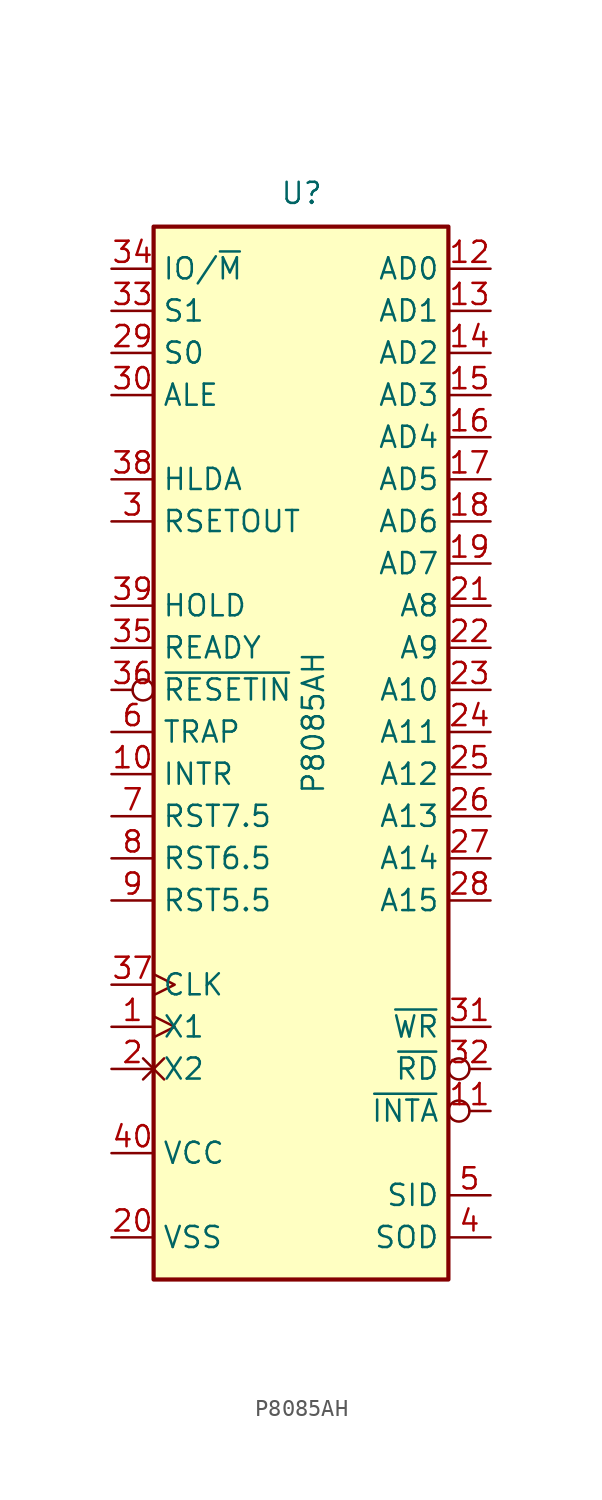
<source format=kicad_sym>
(kicad_symbol_lib
  (version 20231120)
  (generator "kicad_symbol_editor")
  (generator_version "8.0")
  (symbol "P8085AH"
    (property "Reference" "U"
      (at -1.27 31.75 0)
      (effects (font (size 1.27 1.27)) (justify left bottom)))
    (property "Value" "P8085AH"
      (at 0 -3.81 90)
      (effects (font (size 1.27 1.27)) (justify left top)))
    (symbol "P8085AH_0_1"
      (rectangle (start -8.89 -33.02) (end 8.89 30.48) (stroke (width 0.254) (type default)) (fill (type background))))
    (symbol "P8085AH_1_1"
      (pin input clock (at -11.43 -17.78 0) (length 2.54) (name "X1" (effects (font (size 1.27 1.27)))) (number "1" (effects (font (size 1.27 1.27)))))
      (pin input line (at -11.43 -2.54 0) (length 2.54) (name "INTR" (effects (font (size 1.27 1.27)))) (number "10" (effects (font (size 1.27 1.27)))))
      (pin output inverted (at 11.43 -22.86 180) (length 2.54) (name "~{INTA}" (effects (font (size 1.27 1.27)))) (number "11" (effects (font (size 1.27 1.27)))))
      (pin bidirectional line (at 11.43 27.94 180) (length 2.54) (name "AD0" (effects (font (size 1.27 1.27)))) (number "12" (effects (font (size 1.27 1.27)))))
      (pin bidirectional line (at 11.43 25.4 180) (length 2.54) (name "AD1" (effects (font (size 1.27 1.27)))) (number "13" (effects (font (size 1.27 1.27)))))
      (pin bidirectional line (at 11.43 22.86 180) (length 2.54) (name "AD2" (effects (font (size 1.27 1.27)))) (number "14" (effects (font (size 1.27 1.27)))))
      (pin bidirectional line (at 11.43 20.32 180) (length 2.54) (name "AD3" (effects (font (size 1.27 1.27)))) (number "15" (effects (font (size 1.27 1.27)))))
      (pin bidirectional line (at 11.43 17.78 180) (length 2.54) (name "AD4" (effects (font (size 1.27 1.27)))) (number "16" (effects (font (size 1.27 1.27)))))
      (pin bidirectional line (at 11.43 15.24 180) (length 2.54) (name "AD5" (effects (font (size 1.27 1.27)))) (number "17" (effects (font (size 1.27 1.27)))))
      (pin bidirectional line (at 11.43 12.7 180) (length 2.54) (name "AD6" (effects (font (size 1.27 1.27)))) (number "18" (effects (font (size 1.27 1.27)))))
      (pin bidirectional line (at 11.43 10.16 180) (length 2.54) (name "AD7" (effects (font (size 1.27 1.27)))) (number "19" (effects (font (size 1.27 1.27)))))
      (pin input non_logic (at -11.43 -20.32 0) (length 2.54) (name "X2" (effects (font (size 1.27 1.27)))) (number "2" (effects (font (size 1.27 1.27)))))
      (pin power_in line (at -11.43 -30.48 0) (length 2.54) (name "VSS" (effects (font (size 1.27 1.27)))) (number "20" (effects (font (size 1.27 1.27)))))
      (pin output line (at 11.43 7.62 180) (length 2.54) (name "A8" (effects (font (size 1.27 1.27)))) (number "21" (effects (font (size 1.27 1.27)))))
      (pin output line (at 11.43 5.08 180) (length 2.54) (name "A9" (effects (font (size 1.27 1.27)))) (number "22" (effects (font (size 1.27 1.27)))))
      (pin output line (at 11.43 2.54 180) (length 2.54) (name "A10" (effects (font (size 1.27 1.27)))) (number "23" (effects (font (size 1.27 1.27)))))
      (pin output line (at 11.43 0 180) (length 2.54) (name "A11" (effects (font (size 1.27 1.27)))) (number "24" (effects (font (size 1.27 1.27)))))
      (pin output line (at 11.43 -2.54 180) (length 2.54) (name "A12" (effects (font (size 1.27 1.27)))) (number "25" (effects (font (size 1.27 1.27)))))
      (pin output line (at 11.43 -5.08 180) (length 2.54) (name "A13" (effects (font (size 1.27 1.27)))) (number "26" (effects (font (size 1.27 1.27)))))
      (pin output line (at 11.43 -7.62 180) (length 2.54) (name "A14" (effects (font (size 1.27 1.27)))) (number "27" (effects (font (size 1.27 1.27)))))
      (pin output line (at 11.43 -10.16 180) (length 2.54) (name "A15" (effects (font (size 1.27 1.27)))) (number "28" (effects (font (size 1.27 1.27)))))
      (pin output line (at -11.43 22.86 0) (length 2.54) (name "S0" (effects (font (size 1.27 1.27)))) (number "29" (effects (font (size 1.27 1.27)))))
      (pin output line (at -11.43 12.7 0) (length 2.54) (name "RSETOUT" (effects (font (size 1.27 1.27)))) (number "3" (effects (font (size 1.27 1.27)))))
      (pin output line (at -11.43 20.32 0) (length 2.54) (name "ALE" (effects (font (size 1.27 1.27)))) (number "30" (effects (font (size 1.27 1.27)))))
      (pin output line (at 11.43 -17.78 180) (length 2.54) (name "~{WR}" (effects (font (size 1.27 1.27)))) (number "31" (effects (font (size 1.27 1.27)))))
      (pin output inverted (at 11.43 -20.32 180) (length 2.54) (name "~{RD}" (effects (font (size 1.27 1.27)))) (number "32" (effects (font (size 1.27 1.27)))))
      (pin output line (at -11.43 25.4 0) (length 2.54) (name "S1" (effects (font (size 1.27 1.27)))) (number "33" (effects (font (size 1.27 1.27)))))
      (pin output line (at -11.43 27.94 0) (length 2.54) (name "IO/~{M}" (effects (font (size 1.27 1.27)))) (number "34" (effects (font (size 1.27 1.27)))))
      (pin input line (at -11.43 5.08 0) (length 2.54) (name "READY" (effects (font (size 1.27 1.27)))) (number "35" (effects (font (size 1.27 1.27)))))
      (pin input inverted (at -11.43 2.54 0) (length 2.54) (name "~{RESETIN}" (effects (font (size 1.27 1.27)))) (number "36" (effects (font (size 1.27 1.27)))))
      (pin output clock (at -11.43 -15.24 0) (length 2.54) (name "CLK" (effects (font (size 1.27 1.27)))) (number "37" (effects (font (size 1.27 1.27)))))
      (pin output line (at -11.43 15.24 0) (length 2.54) (name "HLDA" (effects (font (size 1.27 1.27)))) (number "38" (effects (font (size 1.27 1.27)))))
      (pin input line (at -11.43 7.62 0) (length 2.54) (name "HOLD" (effects (font (size 1.27 1.27)))) (number "39" (effects (font (size 1.27 1.27)))))
      (pin output line (at 11.43 -30.48 180) (length 2.54) (name "SOD" (effects (font (size 1.27 1.27)))) (number "4" (effects (font (size 1.27 1.27)))))
      (pin power_in line (at -11.43 -25.4 0) (length 2.54) (name "VCC" (effects (font (size 1.27 1.27)))) (number "40" (effects (font (size 1.27 1.27)))))
      (pin input line (at 11.43 -27.94 180) (length 2.54) (name "SID" (effects (font (size 1.27 1.27)))) (number "5" (effects (font (size 1.27 1.27)))))
      (pin input line (at -11.43 0 0) (length 2.54) (name "TRAP" (effects (font (size 1.27 1.27)))) (number "6" (effects (font (size 1.27 1.27)))))
      (pin input line (at -11.43 -5.08 0) (length 2.54) (name "RST7.5" (effects (font (size 1.27 1.27)))) (number "7" (effects (font (size 1.27 1.27)))))
      (pin input line (at -11.43 -7.62 0) (length 2.54) (name "RST6.5" (effects (font (size 1.27 1.27)))) (number "8" (effects (font (size 1.27 1.27)))))
      (pin input line (at -11.43 -10.16 0) (length 2.54) (name "RST5.5" (effects (font (size 1.27 1.27)))) (number "9" (effects (font (size 1.27 1.27))))))))
</source>
